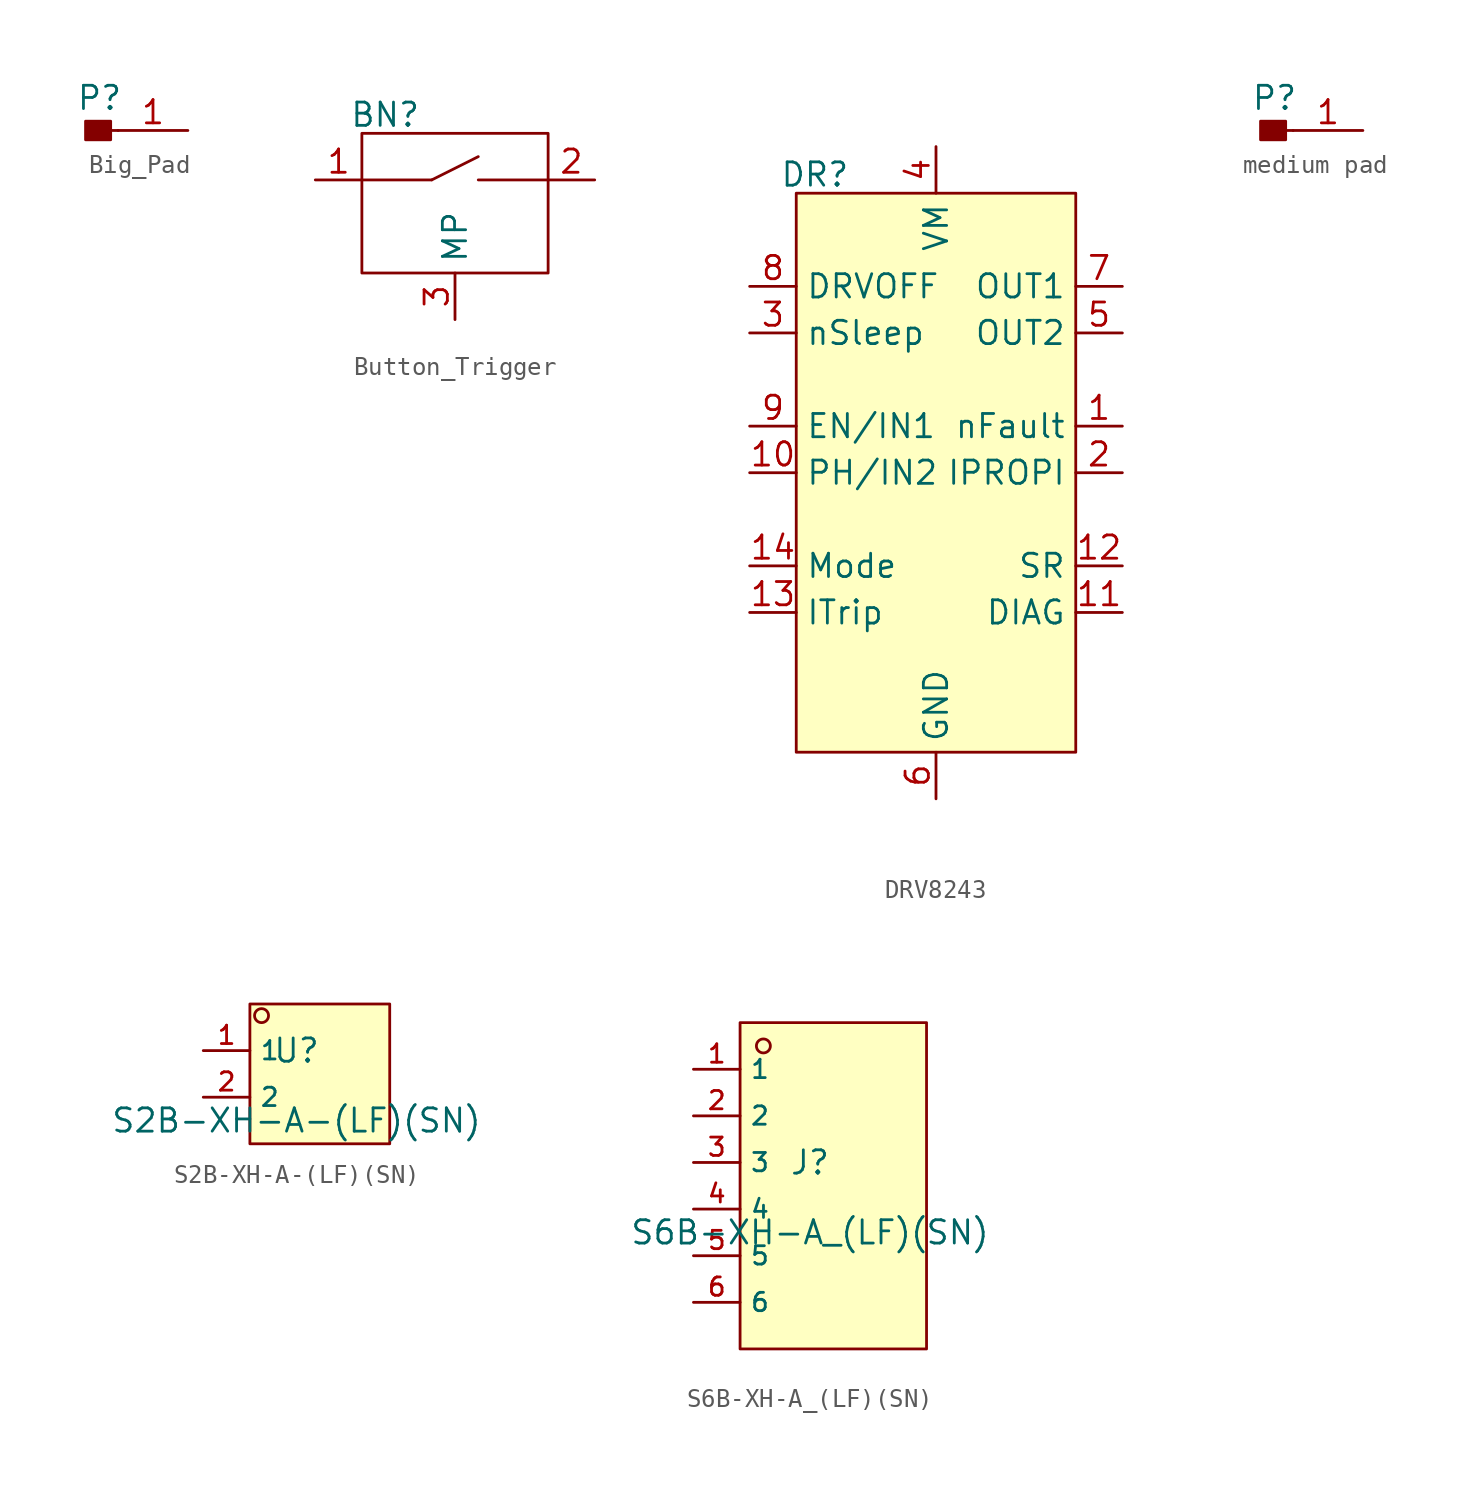
<source format=kicad_sym>
(kicad_symbol_lib
  (version 20241209)
  (generator "kicad_symbol_editor")
  (generator_version "9.0")
  (symbol "Big_Pad"
    (property "Reference" "P"
      (at 0.254 1.778 0)
      (effects (font (size 1.27 1.27))))
    (property "Value" ""
      (at 0 0 0)
      (effects (font (size 1.27 1.27))))
    (symbol "Big_Pad_1_1"
      (rectangle (start -0.508 0.508) (end 0.864 -0.508) (stroke (width 0.152) (type default)) (fill (type outline)))
      (polyline (pts (xy 1.27 0) (xy 0.864 0)) (stroke (width 0.152) (type default)) (fill (type none)))
      (pin passive line (at 5.08 0 180) (length 3.81) (name "" (effects (font (size 1.27 1.27)))) (number "1" (effects (font (size 1.27 1.27)))))
      (pin passive line (at 5.08 0 180) (length 3.81) (hide yes) (name "" (effects (font (size 1.27 1.27)))) (number "10" (effects (font (size 1.27 1.27)))))
      (pin passive line (at 5.08 0 180) (length 3.81) (hide yes) (name "" (effects (font (size 1.27 1.27)))) (number "11" (effects (font (size 1.27 1.27)))))
      (pin passive line (at 5.08 0 180) (length 3.81) (hide yes) (name "" (effects (font (size 1.27 1.27)))) (number "12" (effects (font (size 1.27 1.27)))))
      (pin passive line (at 5.08 0 180) (length 3.81) (hide yes) (name "" (effects (font (size 1.27 1.27)))) (number "13" (effects (font (size 1.27 1.27)))))
      (pin passive line (at 5.08 0 180) (length 3.81) (hide yes) (name "" (effects (font (size 1.27 1.27)))) (number "14" (effects (font (size 1.27 1.27)))))
      (pin passive line (at 5.08 0 180) (length 3.81) (hide yes) (name "" (effects (font (size 1.27 1.27)))) (number "15" (effects (font (size 1.27 1.27)))))
      (pin passive line (at 5.08 0 180) (length 3.81) (hide yes) (name "" (effects (font (size 1.27 1.27)))) (number "16" (effects (font (size 1.27 1.27)))))
      (pin passive line (at 5.08 0 180) (length 3.81) (hide yes) (name "" (effects (font (size 1.27 1.27)))) (number "17" (effects (font (size 1.27 1.27)))))
      (pin passive line (at 5.08 0 180) (length 3.81) (hide yes) (name "" (effects (font (size 1.27 1.27)))) (number "18" (effects (font (size 1.27 1.27)))))
      (pin passive line (at 5.08 0 180) (length 3.81) (hide yes) (name "" (effects (font (size 1.27 1.27)))) (number "19" (effects (font (size 1.27 1.27)))))
      (pin passive line (at 5.08 0 180) (length 3.81) (hide yes) (name "" (effects (font (size 1.27 1.27)))) (number "20" (effects (font (size 1.27 1.27)))))
      (pin passive line (at 5.08 0 180) (length 3.81) (hide yes) (name "" (effects (font (size 1.27 1.27)))) (number "21" (effects (font (size 1.27 1.27)))))
      (pin passive line (at 5.08 0 180) (length 3.81) (hide yes) (name "" (effects (font (size 1.27 1.27)))) (number "22" (effects (font (size 1.27 1.27)))))
      (pin passive line (at 5.08 0 180) (length 3.81) (hide yes) (name "" (effects (font (size 1.27 1.27)))) (number "23" (effects (font (size 1.27 1.27)))))
      (pin passive line (at 5.08 0 180) (length 3.81) (hide yes) (name "" (effects (font (size 1.27 1.27)))) (number "24" (effects (font (size 1.27 1.27)))))
      (pin passive line (at 5.08 0 180) (length 3.81) (hide yes) (name "" (effects (font (size 1.27 1.27)))) (number "25" (effects (font (size 1.27 1.27)))))
      (pin passive line (at 5.08 0 180) (length 3.81) (hide yes) (name "" (effects (font (size 1.27 1.27)))) (number "26" (effects (font (size 1.27 1.27)))))
      (pin passive line (at 5.08 0 180) (length 3.81) (hide yes) (name "" (effects (font (size 1.27 1.27)))) (number "27" (effects (font (size 1.27 1.27)))))
      (pin passive line (at 5.08 0 180) (length 3.81) (hide yes) (name "" (effects (font (size 1.27 1.27)))) (number "3" (effects (font (size 1.27 1.27)))))
      (pin passive line (at 5.08 0 180) (length 3.81) (hide yes) (name "" (effects (font (size 1.27 1.27)))) (number "4" (effects (font (size 1.27 1.27)))))
      (pin passive line (at 5.08 0 180) (length 3.81) (hide yes) (name "" (effects (font (size 1.27 1.27)))) (number "5" (effects (font (size 1.27 1.27)))))
      (pin passive line (at 5.08 0 180) (length 3.81) (hide yes) (name "" (effects (font (size 1.27 1.27)))) (number "6" (effects (font (size 1.27 1.27)))))
      (pin passive line (at 5.08 0 180) (length 3.81) (hide yes) (name "" (effects (font (size 1.27 1.27)))) (number "7" (effects (font (size 1.27 1.27)))))
      (pin passive line (at 5.08 0 180) (length 3.81) (hide yes) (name "" (effects (font (size 1.27 1.27)))) (number "8" (effects (font (size 1.27 1.27)))))
      (pin passive line (at 5.08 0 180) (length 3.81) (hide yes) (name "" (effects (font (size 1.27 1.27)))) (number "9" (effects (font (size 1.27 1.27)))))))
  (symbol "Button_Trigger"
    (property "Reference" "BN"
      (at -3.81 2.286 0)
      (effects (font (size 1.27 1.27))))
    (property "Value" ""
      (at 0 0 0)
      (effects (font (size 1.27 1.27))))
    (symbol "Button_Trigger_0_1"
      (rectangle (start -5.08 1.27) (end 5.08 -6.35) (stroke (width 0) (type default)) (fill (type none)))
      (polyline (pts (xy -5.08 -1.27) (xy -1.27 -1.27)) (stroke (width 0) (type default)) (fill (type none)))
      (polyline (pts (xy -1.27 -1.27) (xy 1.27 0)) (stroke (width 0) (type default)) (fill (type none)))
      (polyline (pts (xy 1.27 -1.27) (xy 5.08 -1.27)) (stroke (width 0) (type default)) (fill (type none))))
    (symbol "Button_Trigger_1_1"
      (pin passive line (at -7.62 -1.27 0) (length 2.54) (name "" (effects (font (size 1.27 1.27)))) (number "1" (effects (font (size 1.27 1.27)))))
      (pin passive line (at 0 -8.89 90) (length 2.54) (name "MP" (effects (font (size 1.27 1.27)))) (number "3" (effects (font (size 1.27 1.27)))))
      (pin passive line (at 0 -8.89 90) (length 2.54) (hide yes) (name "" (effects (font (size 1.27 1.27)))) (number "4" (effects (font (size 1.27 1.27)))))
      (pin passive line (at 7.62 -1.27 180) (length 2.54) (name "" (effects (font (size 1.27 1.27)))) (number "2" (effects (font (size 1.27 1.27)))))))
  (symbol "DRV8243"
    (property "Reference" "DR"
      (at -6.604 16.256 0)
      (effects (font (size 1.27 1.27))))
    (property "Value" ""
      (at 0 0 0)
      (effects (font (size 1.27 1.27))))
    (symbol "DRV8243_1_1"
      (rectangle (start -7.62 15.24) (end 7.62 -15.24) (stroke (width 0) (type default)) (fill (type background)))
      (pin input line (at -10.16 10.16 0) (length 2.54) (name "DRVOFF" (effects (font (size 1.27 1.27)))) (number "8" (effects (font (size 1.27 1.27)))))
      (pin input line (at -10.16 7.62 0) (length 2.54) (name "nSleep" (effects (font (size 1.27 1.27)))) (number "3" (effects (font (size 1.27 1.27)))))
      (pin input line (at -10.16 2.54 0) (length 2.54) (name "EN/IN1" (effects (font (size 1.27 1.27)))) (number "9" (effects (font (size 1.27 1.27)))))
      (pin input line (at -10.16 0 0) (length 2.54) (name "PH/IN2" (effects (font (size 1.27 1.27)))) (number "10" (effects (font (size 1.27 1.27)))))
      (pin input line (at -10.16 -5.08 0) (length 2.54) (name "Mode" (effects (font (size 1.27 1.27)))) (number "14" (effects (font (size 1.27 1.27)))))
      (pin input line (at -10.16 -7.62 0) (length 2.54) (name "ITrip" (effects (font (size 1.27 1.27)))) (number "13" (effects (font (size 1.27 1.27)))))
      (pin power_in line (at 0 17.78 270) (length 2.54) (name "VM" (effects (font (size 1.27 1.27)))) (number "4" (effects (font (size 1.27 1.27)))))
      (pin power_in line (at 0 -17.78 90) (length 2.54) (name "GND" (effects (font (size 1.27 1.27)))) (number "6" (effects (font (size 1.27 1.27)))))
      (pin power_out line (at 10.16 10.16 180) (length 2.54) (name "OUT1" (effects (font (size 1.27 1.27)))) (number "7" (effects (font (size 1.27 1.27)))))
      (pin power_out line (at 10.16 7.62 180) (length 2.54) (name "OUT2" (effects (font (size 1.27 1.27)))) (number "5" (effects (font (size 1.27 1.27)))))
      (pin output line (at 10.16 2.54 180) (length 2.54) (name "nFault" (effects (font (size 1.27 1.27)))) (number "1" (effects (font (size 1.27 1.27)))))
      (pin output line (at 10.16 0 180) (length 2.54) (name "IPROPI" (effects (font (size 1.27 1.27)))) (number "2" (effects (font (size 1.27 1.27)))))
      (pin input line (at 10.16 -5.08 180) (length 2.54) (name "SR" (effects (font (size 1.27 1.27)))) (number "12" (effects (font (size 1.27 1.27)))))
      (pin input line (at 10.16 -7.62 180) (length 2.54) (name "DIAG" (effects (font (size 1.27 1.27)))) (number "11" (effects (font (size 1.27 1.27)))))))
  (symbol "medium pad"
    (property "Reference" "P"
      (at 0.254 1.778 0)
      (effects (font (size 1.27 1.27))))
    (property "Value" ""
      (at 0 0 0)
      (effects (font (size 1.27 1.27))))
    (symbol "medium pad_1_1"
      (rectangle (start -0.508 0.508) (end 0.864 -0.508) (stroke (width 0.152) (type default)) (fill (type outline)))
      (polyline (pts (xy 1.27 0) (xy 0.864 0)) (stroke (width 0.152) (type default)) (fill (type none)))
      (pin passive line (at 5.08 0 180) (length 3.81) (name "" (effects (font (size 1.27 1.27)))) (number "1" (effects (font (size 1.27 1.27)))))
      (pin passive line (at 5.08 0 180) (length 3.81) (hide yes) (name "" (effects (font (size 1.27 1.27)))) (number "10" (effects (font (size 1.27 1.27)))))
      (pin passive line (at 5.08 0 180) (length 3.81) (hide yes) (name "" (effects (font (size 1.27 1.27)))) (number "11" (effects (font (size 1.27 1.27)))))
      (pin passive line (at 5.08 0 180) (length 3.81) (hide yes) (name "" (effects (font (size 1.27 1.27)))) (number "3" (effects (font (size 1.27 1.27)))))
      (pin passive line (at 5.08 0 180) (length 3.81) (hide yes) (name "" (effects (font (size 1.27 1.27)))) (number "4" (effects (font (size 1.27 1.27)))))
      (pin passive line (at 5.08 0 180) (length 3.81) (hide yes) (name "" (effects (font (size 1.27 1.27)))) (number "5" (effects (font (size 1.27 1.27)))))
      (pin passive line (at 5.08 0 180) (length 3.81) (hide yes) (name "" (effects (font (size 1.27 1.27)))) (number "6" (effects (font (size 1.27 1.27)))))
      (pin passive line (at 5.08 0 180) (length 3.81) (hide yes) (name "" (effects (font (size 1.27 1.27)))) (number "7" (effects (font (size 1.27 1.27)))))
      (pin passive line (at 5.08 0 180) (length 3.81) (hide yes) (name "" (effects (font (size 1.27 1.27)))) (number "8" (effects (font (size 1.27 1.27)))))
      (pin passive line (at 5.08 0 180) (length 3.81) (hide yes) (name "" (effects (font (size 1.27 1.27)))) (number "9" (effects (font (size 1.27 1.27)))))))
  (symbol "S2B-XH-A-(LF)(SN)"
    (property "Reference" "U"
      (at 0 1.27 0)
      (effects (font (size 1.27 1.27))))
    (property "Value" "S2B-XH-A-(LF)(SN)"
      (at 0 -2.54 0)
      (effects (font (size 1.27 1.27))))
    (symbol "S2B-XH-A-(LF)(SN)_0_1"
      (rectangle (start -2.54 3.81) (end 5.08 -3.81) (stroke (width 0) (type default)) (fill (type background)))
      (circle (center -1.905 3.175) (radius 0.381) (stroke (width 0) (type default)) (fill (type background)))
      (pin unspecified line (at -5.08 1.27 0) (length 2.54) (name "1" (effects (font (size 1 1)))) (number "1" (effects (font (size 1 1)))))
      (pin unspecified line (at -5.08 -1.27 0) (length 2.54) (name "2" (effects (font (size 1 1)))) (number "2" (effects (font (size 1 1)))))))
  (symbol "S6B-XH-A_(LF)(SN)"
    (property "Reference" "J"
      (at 0 1.27 0)
      (effects (font (size 1.27 1.27))))
    (property "Value" "S6B-XH-A_(LF)(SN)"
      (at 0 -2.54 0)
      (effects (font (size 1.27 1.27))))
    (symbol "S6B-XH-A_(LF)(SN)_0_1"
      (rectangle (start -3.81 8.89) (end 6.35 -8.89) (stroke (width 0) (type default)) (fill (type background)))
      (circle (center -2.54 7.62) (radius 0.381) (stroke (width 0) (type default)) (fill (type background)))
      (pin unspecified line (at -6.35 6.35 0) (length 2.54) (name "1" (effects (font (size 1 1)))) (number "1" (effects (font (size 1 1)))))
      (pin unspecified line (at -6.35 3.81 0) (length 2.54) (name "2" (effects (font (size 1 1)))) (number "2" (effects (font (size 1 1)))))
      (pin unspecified line (at -6.35 1.27 0) (length 2.54) (name "3" (effects (font (size 1 1)))) (number "3" (effects (font (size 1 1)))))
      (pin unspecified line (at -6.35 -1.27 0) (length 2.54) (name "4" (effects (font (size 1 1)))) (number "4" (effects (font (size 1 1)))))
      (pin unspecified line (at -6.35 -3.81 0) (length 2.54) (name "5" (effects (font (size 1 1)))) (number "5" (effects (font (size 1 1)))))
      (pin unspecified line (at -6.35 -6.35 0) (length 2.54) (name "6" (effects (font (size 1 1)))) (number "6" (effects (font (size 1 1))))))))
</source>
